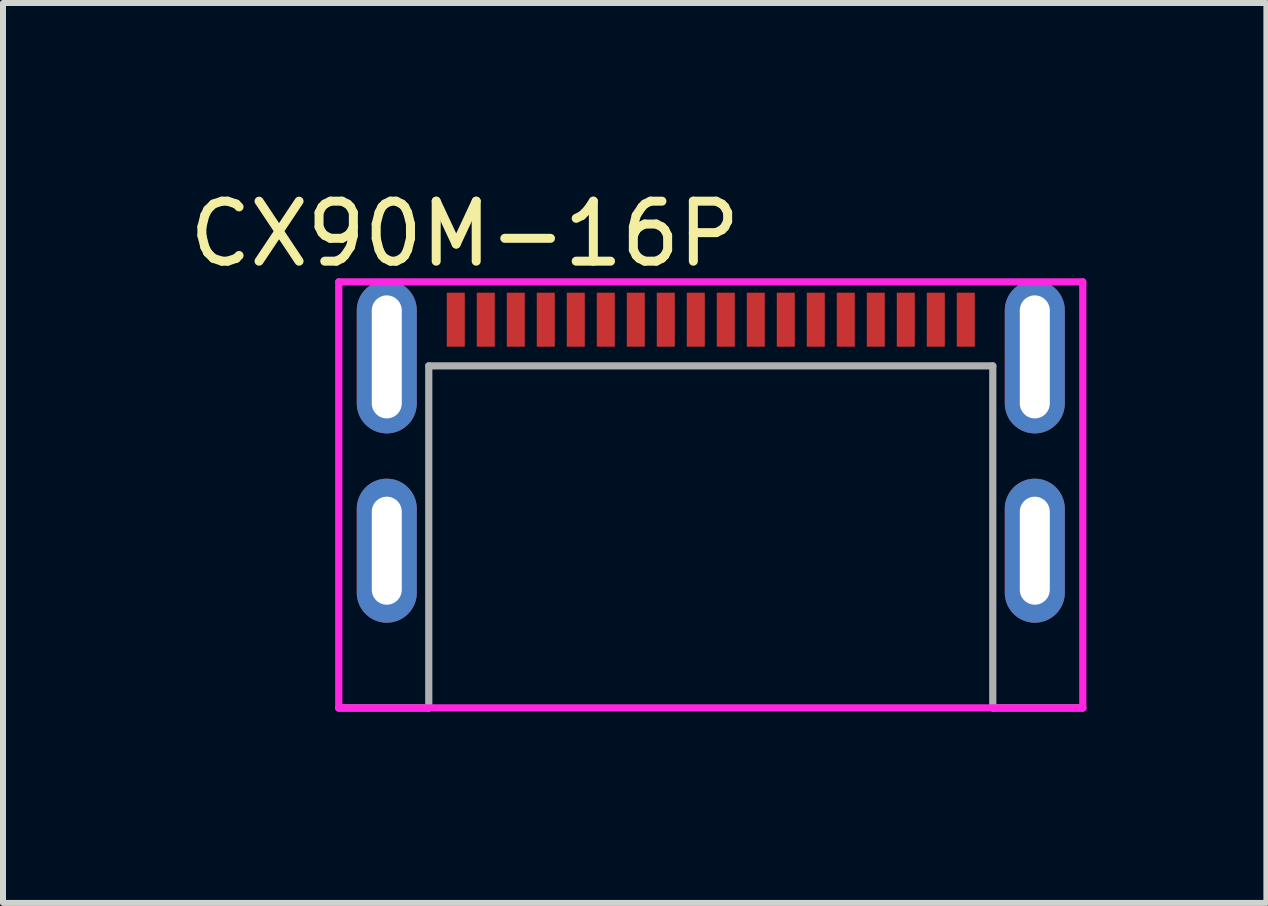
<source format=kicad_pcb>
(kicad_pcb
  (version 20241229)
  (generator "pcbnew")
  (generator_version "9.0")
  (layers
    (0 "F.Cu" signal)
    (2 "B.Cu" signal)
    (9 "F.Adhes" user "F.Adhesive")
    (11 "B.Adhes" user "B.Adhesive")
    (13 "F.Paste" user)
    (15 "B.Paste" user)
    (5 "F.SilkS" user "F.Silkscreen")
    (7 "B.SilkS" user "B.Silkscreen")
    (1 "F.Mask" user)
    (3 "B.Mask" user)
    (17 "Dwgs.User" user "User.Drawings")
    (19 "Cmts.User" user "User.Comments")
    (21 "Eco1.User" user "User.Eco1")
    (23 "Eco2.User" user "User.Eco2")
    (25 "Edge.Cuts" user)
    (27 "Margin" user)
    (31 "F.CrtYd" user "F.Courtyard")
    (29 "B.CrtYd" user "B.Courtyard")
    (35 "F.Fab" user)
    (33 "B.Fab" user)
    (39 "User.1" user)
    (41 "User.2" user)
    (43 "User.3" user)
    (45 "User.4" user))
  (footprint "CX90M-16P"
    (layer "F.Cu")
    (at 8.796 8.748)
    (property "Reference" "CX90M-16P" (at -4.1 -7.9 180) (layer "F.SilkS") (effects (font (size 1 1) (thickness 0.15))))
    (attr through_hole)
    (fp_line (start -6.2 -7.1) (end -6.2 0) (stroke (width 0.12) (type solid)) (layer "F.CrtYd"))
    (fp_line (start -6.2 0) (end 6.2 0) (stroke (width 0.12) (type solid)) (layer "F.CrtYd"))
    (fp_line (start 6.2 -7.1) (end -6.2 -7.1) (stroke (width 0.12) (type solid)) (layer "F.CrtYd"))
    (fp_line (start 6.2 0) (end 6.2 -7.1) (stroke (width 0.12) (type solid)) (layer "F.CrtYd"))
    (fp_line (start -4.7 -5.7) (end 4.7 -5.7) (stroke (width 0.12) (type solid)) (layer "F.Fab"))
    (fp_line (start -4.7 0) (end -6.2 0) (stroke (width 0.12) (type solid)) (layer "F.Fab"))
    (fp_line (start -4.7 0) (end -4.7 -5.7) (stroke (width 0.12) (type solid)) (layer "F.Fab"))
    (fp_line (start 4.7 -5.7) (end 4.7 0) (stroke (width 0.12) (type solid)) (layer "F.Fab"))
    (fp_line (start 4.7 0) (end 6.2 0) (stroke (width 0.12) (type solid)) (layer "F.Fab"))
    (pad "A1" smd rect (at -3.75 -6.47) (size 0.3 0.9) (layers "F.Cu" "F.Mask" "F.Paste"))
    (pad "A4" smd rect (at -2.75 -6.47) (size 0.3 0.9) (layers "F.Cu" "F.Mask" "F.Paste"))
    (pad "A5" smd rect (at -1.75 -6.47) (size 0.3 0.9) (layers "F.Cu" "F.Mask" "F.Paste"))
    (pad "A6" smd rect (at -0.75 -6.47) (size 0.3 0.9) (layers "F.Cu" "F.Mask" "F.Paste"))
    (pad "A7" smd rect (at 0.75 -6.47) (size 0.3 0.9) (layers "F.Cu" "F.Mask" "F.Paste"))
    (pad "A8" smd rect (at 1.75 -6.47) (size 0.3 0.9) (layers "F.Cu" "F.Mask" "F.Paste"))
    (pad "A9" smd rect (at 2.75 -6.47) (size 0.3 0.9) (layers "F.Cu" "F.Mask" "F.Paste"))
    (pad "A12" smd rect (at 3.75 -6.47) (size 0.3 0.9) (layers "F.Cu" "F.Mask" "F.Paste"))
    (pad "B1" smd rect (at 3.25 -6.47) (size 0.3 0.9) (layers "F.Cu" "F.Mask" "F.Paste"))
    (pad "B4" smd rect (at 2.25 -6.47) (size 0.3 0.9) (layers "F.Cu" "F.Mask" "F.Paste"))
    (pad "B5" smd rect (at 1.25 -6.47) (size 0.3 0.9) (layers "F.Cu" "F.Mask" "F.Paste"))
    (pad "B6" smd rect (at 0.25 -6.47) (size 0.3 0.9) (layers "F.Cu" "F.Mask" "F.Paste"))
    (pad "B7" smd rect (at -0.25 -6.47) (size 0.3 0.9) (layers "F.Cu" "F.Mask" "F.Paste"))
    (pad "B8" smd rect (at -1.25 -6.47) (size 0.3 0.9) (layers "F.Cu" "F.Mask" "F.Paste"))
    (pad "B9" smd rect (at -2.25 -6.47) (size 0.3 0.9) (layers "F.Cu" "F.Mask" "F.Paste"))
    (pad "B12" smd rect (at -3.25 -6.47) (size 0.3 0.9) (layers "F.Cu" "F.Mask" "F.Paste"))
    (pad "MID" smd rect (at -4.25 -6.47) (size 0.3 0.9) (layers "F.Cu" "F.Mask" "F.Paste"))
    (pad "MID" smd rect (at 4.25 -6.47) (size 0.3 0.9) (layers "F.Cu" "F.Mask" "F.Paste"))
    (pad "SHIELD" thru_hole oval (at -5.4 -5.85) (size 1 2.55) (drill oval 0.5 2.05) (layers "*.Cu" "*.Mask"))
    (pad "SHIELD" thru_hole oval (at -5.4 -2.62) (size 1 2.4) (drill oval 0.5 1.8) (layers "*.Cu" "*.Mask"))
    (pad "SHIELD" thru_hole oval (at 5.4 -5.85) (size 1 2.55) (drill oval 0.5 2.05) (layers "*.Cu" "*.Mask"))
    (pad "SHIELD" thru_hole oval (at 5.4 -2.62) (size 1 2.4) (drill oval 0.5 1.8) (layers "*.Cu" "*.Mask")))
  (gr_rect
    (start -3 -3)
    (end 18.056 11.998)
    (stroke (width 0.1) (type default))
    (fill no)
    (layer "Edge.Cuts")))
</source>
